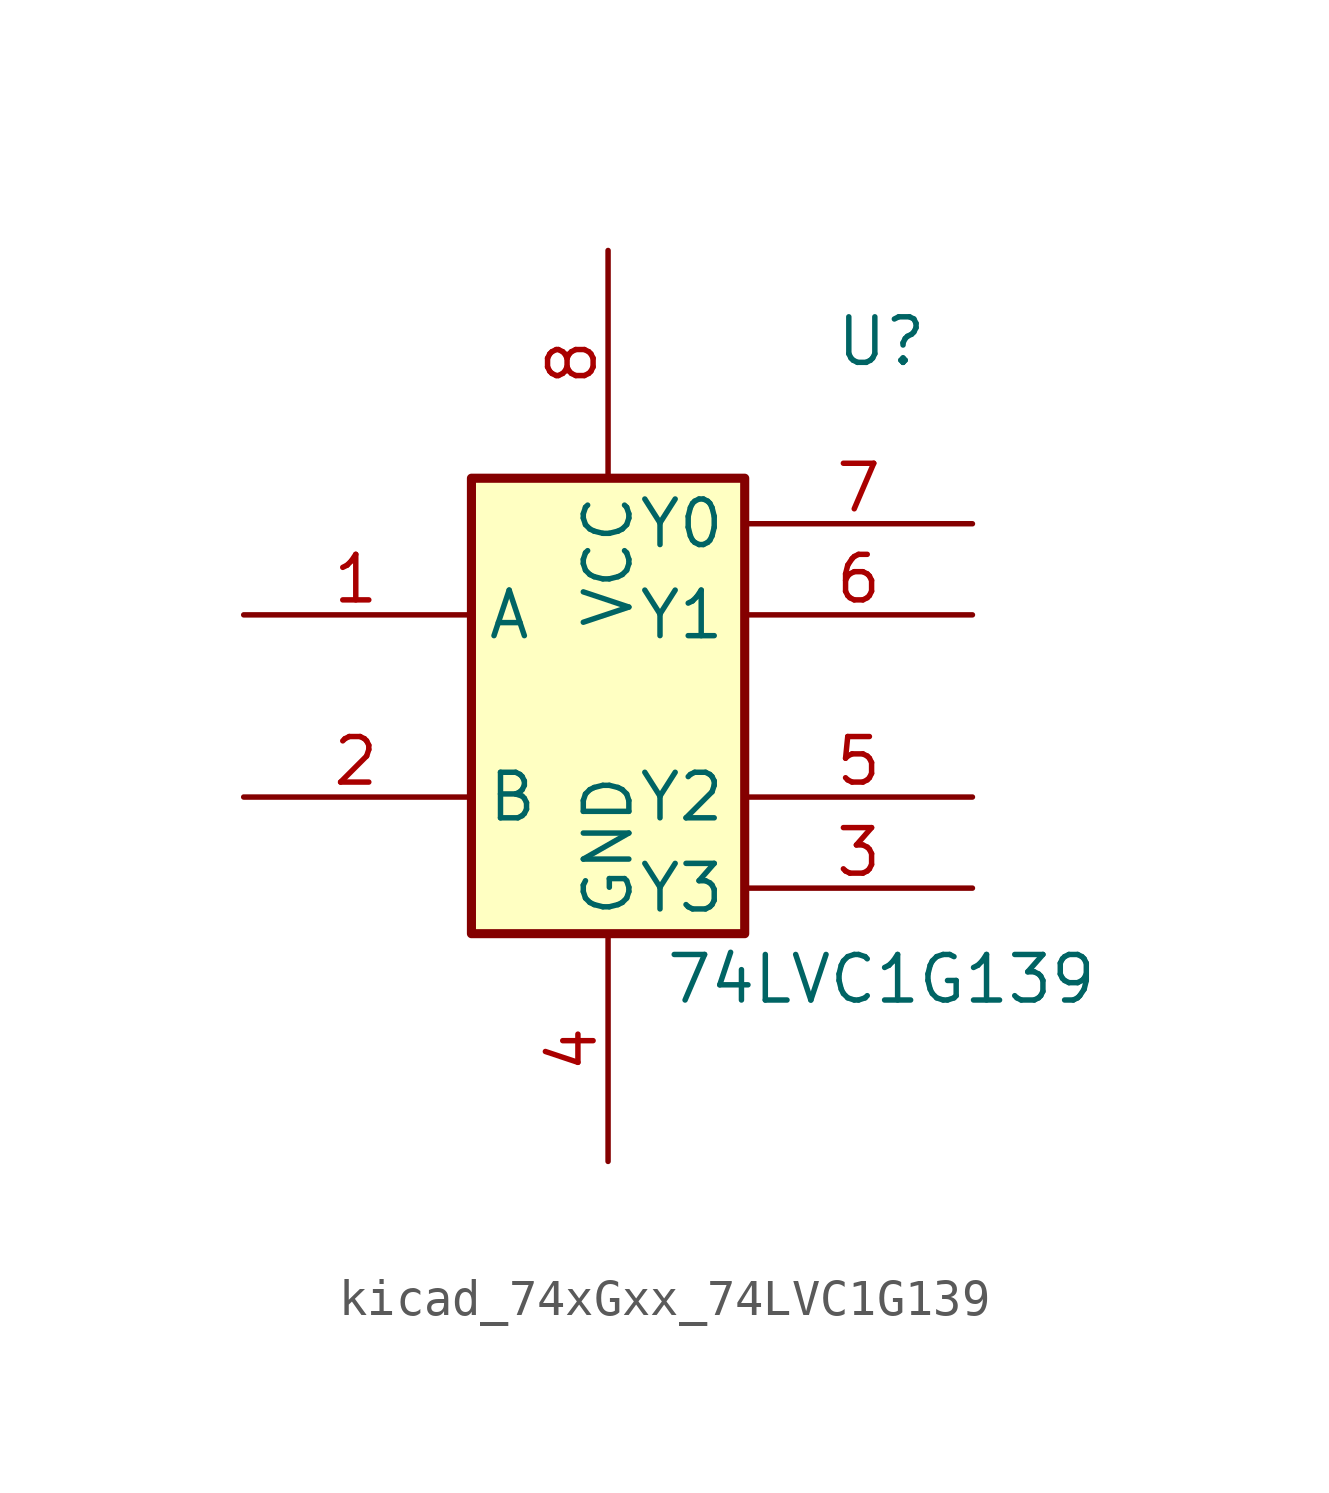
<source format=kicad_sym>
(kicad_symbol_lib
  (version 20220914)
  (generator kicad_symbol_editor)
  (symbol "kicad_74xGxx_74LVC1G139"
    (property "Reference" "U"
      (at 7.62 10.16 0)
      (effects (font (size 1.27 1.27))))
    (property "Value" "74LVC1G139"
      (at 7.62 -7.62 0)
      (effects (font (size 1.27 1.27))))
    (symbol "kicad_74xGxx_74LVC1G139_0_1"
      (rectangle (start -3.81 6.35) (end 3.81 -6.35) (stroke (width 0.254) (type default)) (fill (type background))))
    (symbol "kicad_74xGxx_74LVC1G139_1_1"
      (pin input line (at -10.16 2.54 0) (length 6.25) (name "A" (effects (font (size 1.27 1.27)))) (number "1" (effects (font (size 1.27 1.27)))))
      (pin input line (at -10.16 -2.54 0) (length 6.25) (name "B" (effects (font (size 1.27 1.27)))) (number "2" (effects (font (size 1.27 1.27)))))
      (pin output line (at 10.16 -5.08 180) (length 6.35) (name "Y3" (effects (font (size 1.27 1.27)))) (number "3" (effects (font (size 1.27 1.27)))))
      (pin power_in line (at 0 -12.7 90) (length 6.25) (name "GND" (effects (font (size 1.27 1.27)))) (number "4" (effects (font (size 1.27 1.27)))))
      (pin output line (at 10.16 -2.54 180) (length 6.35) (name "Y2" (effects (font (size 1.27 1.27)))) (number "5" (effects (font (size 1.27 1.27)))))
      (pin output line (at 10.16 2.54 180) (length 6.35) (name "Y1" (effects (font (size 1.27 1.27)))) (number "6" (effects (font (size 1.27 1.27)))))
      (pin output line (at 10.16 5.08 180) (length 6.35) (name "Y0" (effects (font (size 1.27 1.27)))) (number "7" (effects (font (size 1.27 1.27)))))
      (pin power_in line (at 0 12.7 270) (length 6.25) (name "VCC" (effects (font (size 1.27 1.27)))) (number "8" (effects (font (size 1.27 1.27))))))))
</source>
